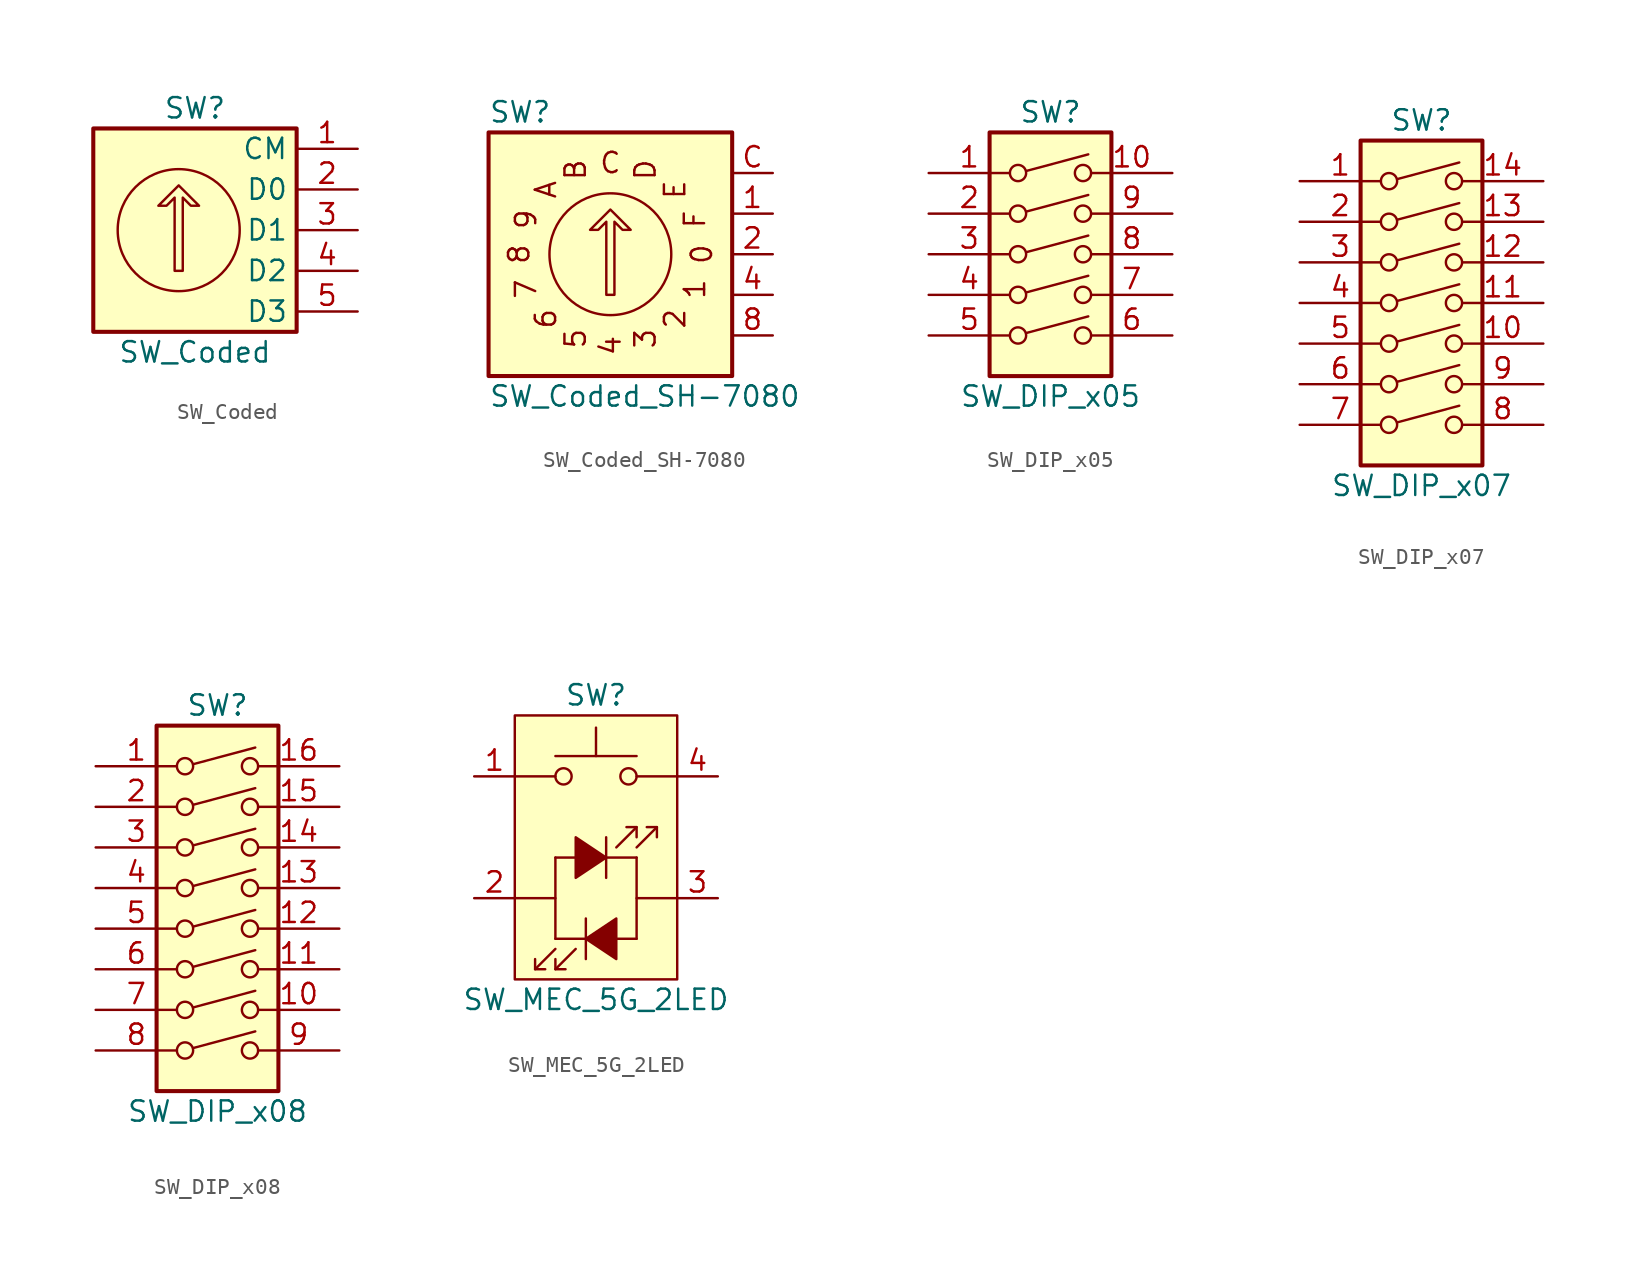
<source format=kicad_sym>
(kicad_symbol_lib
  (version 20241209)
  (generator "kicad_symbol_editor")
  (generator_version "9.0")
  (symbol "SW_Coded"
    (property "Reference" "SW"
      (at 0 7.62 0)
      (effects (font (size 1.27 1.27))))
    (property "Value" "SW_Coded"
      (at 0 -7.62 0)
      (effects (font (size 1.27 1.27))))
    (symbol "SW_Coded_0_1"
      (rectangle (start -6.35 6.35) (end 6.35 -6.35) (stroke (width 0.254) (type default)) (fill (type background)))
      (polyline (pts (xy -1.27 -2.54) (xy -1.27 2.032) (xy -1.778 1.524) (xy -2.286 1.524) (xy -1.016 2.794) (xy 0.254 1.524) (xy -0.254 1.524) (xy -0.762 2.032) (xy -0.762 -2.54) (xy -1.27 -2.54) (xy -1.27 -2.54)) (stroke (width 0) (type default)) (fill (type none)))
      (circle (center -1.016 0) (radius 3.81) (stroke (width 0) (type default)) (fill (type none))))
    (symbol "SW_Coded_1_1"
      (pin passive line (at 10.16 5.08 180) (length 3.81) (name "CM" (effects (font (size 1.27 1.27)))) (number "1" (effects (font (size 1.27 1.27)))))
      (pin passive line (at 10.16 2.54 180) (length 3.81) (name "D0" (effects (font (size 1.27 1.27)))) (number "2" (effects (font (size 1.27 1.27)))))
      (pin passive line (at 10.16 0 180) (length 3.81) (name "D1" (effects (font (size 1.27 1.27)))) (number "3" (effects (font (size 1.27 1.27)))))
      (pin passive line (at 10.16 -2.54 180) (length 3.81) (name "D2" (effects (font (size 1.27 1.27)))) (number "4" (effects (font (size 1.27 1.27)))))
      (pin passive line (at 10.16 -5.08 180) (length 3.81) (name "D3" (effects (font (size 1.27 1.27)))) (number "5" (effects (font (size 1.27 1.27)))))))
  (symbol "SW_Coded_SH-7080"
    (pin_names
      (hide yes))
    (property "Reference" "SW"
      (at -7.62 8.89 0)
      (effects (font (size 1.27 1.27)) (justify left)))
    (property "Value" "SW_Coded_SH-7080"
      (at -7.62 -8.89 0)
      (effects (font (size 1.27 1.27)) (justify left)))
    (symbol "SW_Coded_SH-7080_0_0"
      (text "8" (at -5.715 0 900) (effects (font (size 1.27 1.27))))
      (text "9" (at -5.283 2.184 675) (effects (font (size 1.27 1.27))))
      (text "7" (at -5.283 -2.184 1125) (effects (font (size 1.27 1.27))))
      (text "A" (at -4.039 4.039 450) (effects (font (size 1.27 1.27))))
      (text "6" (at -4.039 -4.039 1350) (effects (font (size 1.27 1.27))))
      (text "B" (at -2.184 5.283 225) (effects (font (size 1.27 1.27))))
      (text "5" (at -2.184 -5.283 1575) (effects (font (size 1.27 1.27))))
      (text "C" (at 0 5.715 0) (effects (font (size 1.27 1.27))))
      (text "4" (at 0 -5.715 1800) (effects (font (size 1.27 1.27))))
      (text "D" (at 2.184 5.283 3375) (effects (font (size 1.27 1.27))))
      (text "3" (at 2.184 -5.283 2025) (effects (font (size 1.27 1.27))))
      (text "E" (at 4.039 4.039 3150) (effects (font (size 1.27 1.27))))
      (text "2" (at 4.039 -4.039 2250) (effects (font (size 1.27 1.27))))
      (text "F" (at 5.283 2.184 2925) (effects (font (size 1.27 1.27))))
      (text "1" (at 5.283 -2.184 2475) (effects (font (size 1.27 1.27))))
      (text "0" (at 5.715 0 2700) (effects (font (size 1.27 1.27)))))
    (symbol "SW_Coded_SH-7080_0_1"
      (polyline (pts (xy -0.254 -2.54) (xy -0.254 2.032) (xy -0.762 1.524) (xy -1.27 1.524) (xy 0 2.794) (xy 1.27 1.524) (xy 0.762 1.524) (xy 0.254 2.032) (xy 0.254 -2.54) (xy -0.254 -2.54) (xy -0.254 -2.54)) (stroke (width 0) (type default)) (fill (type none)))
      (circle (center 0 0) (radius 3.81) (stroke (width 0) (type default)) (fill (type none)))
      (rectangle (start 7.62 7.62) (end -7.62 -7.62) (stroke (width 0.254) (type default)) (fill (type background))))
    (symbol "SW_Coded_SH-7080_1_1"
      (pin passive line (at 10.16 5.08 180) (length 2.54) (name "C" (effects (font (size 1.27 1.27)))) (number "C" (effects (font (size 1.27 1.27)))))
      (pin passive line (at 10.16 2.54 180) (length 2.54) (name "1" (effects (font (size 1.27 1.27)))) (number "1" (effects (font (size 1.27 1.27)))))
      (pin passive line (at 10.16 0 180) (length 2.54) (name "2" (effects (font (size 1.27 1.27)))) (number "2" (effects (font (size 1.27 1.27)))))
      (pin passive line (at 10.16 -2.54 180) (length 2.54) (name "4" (effects (font (size 1.27 1.27)))) (number "4" (effects (font (size 1.27 1.27)))))
      (pin passive line (at 10.16 -5.08 180) (length 2.54) (name "8" (effects (font (size 1.27 1.27)))) (number "8" (effects (font (size 1.27 1.27)))))))
  (symbol "SW_DIP_x05"
    (pin_names
      (offset 0)
      (hide yes))
    (property "Reference" "SW"
      (at 0 8.89 0)
      (effects (font (size 1.27 1.27))))
    (property "Value" "SW_DIP_x05"
      (at 0 -8.89 0)
      (effects (font (size 1.27 1.27))))
    (symbol "SW_DIP_x05_0_0"
      (circle (center -2.032 5.08) (radius 0.508) (stroke (width 0) (type default)) (fill (type none)))
      (circle (center -2.032 2.54) (radius 0.508) (stroke (width 0) (type default)) (fill (type none)))
      (circle (center -2.032 0) (radius 0.508) (stroke (width 0) (type default)) (fill (type none)))
      (circle (center -2.032 -2.54) (radius 0.508) (stroke (width 0) (type default)) (fill (type none)))
      (circle (center -2.032 -5.08) (radius 0.508) (stroke (width 0) (type default)) (fill (type none)))
      (polyline (pts (xy -1.524 5.207) (xy 2.362 6.248)) (stroke (width 0) (type default)) (fill (type none)))
      (polyline (pts (xy -1.524 2.667) (xy 2.362 3.708)) (stroke (width 0) (type default)) (fill (type none)))
      (polyline (pts (xy -1.524 0.127) (xy 2.362 1.168)) (stroke (width 0) (type default)) (fill (type none)))
      (polyline (pts (xy -1.524 -2.388) (xy 2.362 -1.346)) (stroke (width 0) (type default)) (fill (type none)))
      (polyline (pts (xy -1.524 -4.928) (xy 2.362 -3.886)) (stroke (width 0) (type default)) (fill (type none)))
      (circle (center 2.032 5.08) (radius 0.508) (stroke (width 0) (type default)) (fill (type none)))
      (circle (center 2.032 2.54) (radius 0.508) (stroke (width 0) (type default)) (fill (type none)))
      (circle (center 2.032 0) (radius 0.508) (stroke (width 0) (type default)) (fill (type none)))
      (circle (center 2.032 -2.54) (radius 0.508) (stroke (width 0) (type default)) (fill (type none)))
      (circle (center 2.032 -5.08) (radius 0.508) (stroke (width 0) (type default)) (fill (type none))))
    (symbol "SW_DIP_x05_0_1"
      (rectangle (start -3.81 7.62) (end 3.81 -7.62) (stroke (width 0.254) (type default)) (fill (type background))))
    (symbol "SW_DIP_x05_1_1"
      (pin passive line (at -7.62 5.08 0) (length 5.08) (name "~" (effects (font (size 1.27 1.27)))) (number "1" (effects (font (size 1.27 1.27)))))
      (pin passive line (at -7.62 2.54 0) (length 5.08) (name "~" (effects (font (size 1.27 1.27)))) (number "2" (effects (font (size 1.27 1.27)))))
      (pin passive line (at -7.62 0 0) (length 5.08) (name "~" (effects (font (size 1.27 1.27)))) (number "3" (effects (font (size 1.27 1.27)))))
      (pin passive line (at -7.62 -2.54 0) (length 5.08) (name "~" (effects (font (size 1.27 1.27)))) (number "4" (effects (font (size 1.27 1.27)))))
      (pin passive line (at -7.62 -5.08 0) (length 5.08) (name "~" (effects (font (size 1.27 1.27)))) (number "5" (effects (font (size 1.27 1.27)))))
      (pin passive line (at 7.62 5.08 180) (length 5.08) (name "~" (effects (font (size 1.27 1.27)))) (number "10" (effects (font (size 1.27 1.27)))))
      (pin passive line (at 7.62 2.54 180) (length 5.08) (name "~" (effects (font (size 1.27 1.27)))) (number "9" (effects (font (size 1.27 1.27)))))
      (pin passive line (at 7.62 0 180) (length 5.08) (name "~" (effects (font (size 1.27 1.27)))) (number "8" (effects (font (size 1.27 1.27)))))
      (pin passive line (at 7.62 -2.54 180) (length 5.08) (name "~" (effects (font (size 1.27 1.27)))) (number "7" (effects (font (size 1.27 1.27)))))
      (pin passive line (at 7.62 -5.08 180) (length 5.08) (name "~" (effects (font (size 1.27 1.27)))) (number "6" (effects (font (size 1.27 1.27)))))))
  (symbol "SW_DIP_x07"
    (pin_names
      (offset 0)
      (hide yes))
    (property "Reference" "SW"
      (at 0 11.43 0)
      (effects (font (size 1.27 1.27))))
    (property "Value" "SW_DIP_x07"
      (at 0 -11.43 0)
      (effects (font (size 1.27 1.27))))
    (symbol "SW_DIP_x07_0_0"
      (circle (center -2.032 7.62) (radius 0.508) (stroke (width 0) (type default)) (fill (type none)))
      (circle (center -2.032 5.08) (radius 0.508) (stroke (width 0) (type default)) (fill (type none)))
      (circle (center -2.032 2.54) (radius 0.508) (stroke (width 0) (type default)) (fill (type none)))
      (circle (center -2.032 0) (radius 0.508) (stroke (width 0) (type default)) (fill (type none)))
      (circle (center -2.032 -2.54) (radius 0.508) (stroke (width 0) (type default)) (fill (type none)))
      (circle (center -2.032 -5.08) (radius 0.508) (stroke (width 0) (type default)) (fill (type none)))
      (circle (center -2.032 -7.62) (radius 0.508) (stroke (width 0) (type default)) (fill (type none)))
      (polyline (pts (xy -1.524 7.747) (xy 2.362 8.788)) (stroke (width 0) (type default)) (fill (type none)))
      (polyline (pts (xy -1.524 5.207) (xy 2.362 6.248)) (stroke (width 0) (type default)) (fill (type none)))
      (polyline (pts (xy -1.524 2.667) (xy 2.362 3.708)) (stroke (width 0) (type default)) (fill (type none)))
      (polyline (pts (xy -1.524 0.127) (xy 2.362 1.168)) (stroke (width 0) (type default)) (fill (type none)))
      (polyline (pts (xy -1.524 -2.413) (xy 2.362 -1.372)) (stroke (width 0) (type default)) (fill (type none)))
      (polyline (pts (xy -1.524 -4.928) (xy 2.362 -3.886)) (stroke (width 0) (type default)) (fill (type none)))
      (polyline (pts (xy -1.524 -7.468) (xy 2.362 -6.426)) (stroke (width 0) (type default)) (fill (type none)))
      (circle (center 2.032 7.62) (radius 0.508) (stroke (width 0) (type default)) (fill (type none)))
      (circle (center 2.032 5.08) (radius 0.508) (stroke (width 0) (type default)) (fill (type none)))
      (circle (center 2.032 2.54) (radius 0.508) (stroke (width 0) (type default)) (fill (type none)))
      (circle (center 2.032 0) (radius 0.508) (stroke (width 0) (type default)) (fill (type none)))
      (circle (center 2.032 -2.54) (radius 0.508) (stroke (width 0) (type default)) (fill (type none)))
      (circle (center 2.032 -5.08) (radius 0.508) (stroke (width 0) (type default)) (fill (type none)))
      (circle (center 2.032 -7.62) (radius 0.508) (stroke (width 0) (type default)) (fill (type none))))
    (symbol "SW_DIP_x07_0_1"
      (rectangle (start -3.81 10.16) (end 3.81 -10.16) (stroke (width 0.254) (type default)) (fill (type background))))
    (symbol "SW_DIP_x07_1_1"
      (pin passive line (at -7.62 7.62 0) (length 5.08) (name "~" (effects (font (size 1.27 1.27)))) (number "1" (effects (font (size 1.27 1.27)))))
      (pin passive line (at -7.62 5.08 0) (length 5.08) (name "~" (effects (font (size 1.27 1.27)))) (number "2" (effects (font (size 1.27 1.27)))))
      (pin passive line (at -7.62 2.54 0) (length 5.08) (name "~" (effects (font (size 1.27 1.27)))) (number "3" (effects (font (size 1.27 1.27)))))
      (pin passive line (at -7.62 0 0) (length 5.08) (name "~" (effects (font (size 1.27 1.27)))) (number "4" (effects (font (size 1.27 1.27)))))
      (pin passive line (at -7.62 -2.54 0) (length 5.08) (name "~" (effects (font (size 1.27 1.27)))) (number "5" (effects (font (size 1.27 1.27)))))
      (pin passive line (at -7.62 -5.08 0) (length 5.08) (name "~" (effects (font (size 1.27 1.27)))) (number "6" (effects (font (size 1.27 1.27)))))
      (pin passive line (at -7.62 -7.62 0) (length 5.08) (name "~" (effects (font (size 1.27 1.27)))) (number "7" (effects (font (size 1.27 1.27)))))
      (pin passive line (at 7.62 7.62 180) (length 5.08) (name "~" (effects (font (size 1.27 1.27)))) (number "14" (effects (font (size 1.27 1.27)))))
      (pin passive line (at 7.62 5.08 180) (length 5.08) (name "~" (effects (font (size 1.27 1.27)))) (number "13" (effects (font (size 1.27 1.27)))))
      (pin passive line (at 7.62 2.54 180) (length 5.08) (name "~" (effects (font (size 1.27 1.27)))) (number "12" (effects (font (size 1.27 1.27)))))
      (pin passive line (at 7.62 0 180) (length 5.08) (name "~" (effects (font (size 1.27 1.27)))) (number "11" (effects (font (size 1.27 1.27)))))
      (pin passive line (at 7.62 -2.54 180) (length 5.08) (name "~" (effects (font (size 1.27 1.27)))) (number "10" (effects (font (size 1.27 1.27)))))
      (pin passive line (at 7.62 -5.08 180) (length 5.08) (name "~" (effects (font (size 1.27 1.27)))) (number "9" (effects (font (size 1.27 1.27)))))
      (pin passive line (at 7.62 -7.62 180) (length 5.08) (name "~" (effects (font (size 1.27 1.27)))) (number "8" (effects (font (size 1.27 1.27)))))))
  (symbol "SW_DIP_x08"
    (pin_names
      (offset 0)
      (hide yes))
    (property "Reference" "SW"
      (at 0 13.97 0)
      (effects (font (size 1.27 1.27))))
    (property "Value" "SW_DIP_x08"
      (at 0 -11.43 0)
      (effects (font (size 1.27 1.27))))
    (symbol "SW_DIP_x08_0_0"
      (circle (center -2.032 10.16) (radius 0.508) (stroke (width 0) (type default)) (fill (type none)))
      (circle (center -2.032 7.62) (radius 0.508) (stroke (width 0) (type default)) (fill (type none)))
      (circle (center -2.032 5.08) (radius 0.508) (stroke (width 0) (type default)) (fill (type none)))
      (circle (center -2.032 2.54) (radius 0.508) (stroke (width 0) (type default)) (fill (type none)))
      (circle (center -2.032 0) (radius 0.508) (stroke (width 0) (type default)) (fill (type none)))
      (circle (center -2.032 -2.54) (radius 0.508) (stroke (width 0) (type default)) (fill (type none)))
      (circle (center -2.032 -5.08) (radius 0.508) (stroke (width 0) (type default)) (fill (type none)))
      (circle (center -2.032 -7.62) (radius 0.508) (stroke (width 0) (type default)) (fill (type none)))
      (polyline (pts (xy -1.524 10.287) (xy 2.362 11.328)) (stroke (width 0) (type default)) (fill (type none)))
      (polyline (pts (xy -1.524 7.747) (xy 2.362 8.788)) (stroke (width 0) (type default)) (fill (type none)))
      (polyline (pts (xy -1.524 5.207) (xy 2.362 6.248)) (stroke (width 0) (type default)) (fill (type none)))
      (polyline (pts (xy -1.524 2.667) (xy 2.362 3.708)) (stroke (width 0) (type default)) (fill (type none)))
      (polyline (pts (xy -1.524 0.127) (xy 2.362 1.168)) (stroke (width 0) (type default)) (fill (type none)))
      (polyline (pts (xy -1.524 -2.388) (xy 2.362 -1.346)) (stroke (width 0) (type default)) (fill (type none)))
      (polyline (pts (xy -1.524 -4.928) (xy 2.362 -3.886)) (stroke (width 0) (type default)) (fill (type none)))
      (polyline (pts (xy -1.524 -7.468) (xy 2.362 -6.426)) (stroke (width 0) (type default)) (fill (type none)))
      (circle (center 2.032 10.16) (radius 0.508) (stroke (width 0) (type default)) (fill (type none)))
      (circle (center 2.032 7.62) (radius 0.508) (stroke (width 0) (type default)) (fill (type none)))
      (circle (center 2.032 5.08) (radius 0.508) (stroke (width 0) (type default)) (fill (type none)))
      (circle (center 2.032 2.54) (radius 0.508) (stroke (width 0) (type default)) (fill (type none)))
      (circle (center 2.032 0) (radius 0.508) (stroke (width 0) (type default)) (fill (type none)))
      (circle (center 2.032 -2.54) (radius 0.508) (stroke (width 0) (type default)) (fill (type none)))
      (circle (center 2.032 -5.08) (radius 0.508) (stroke (width 0) (type default)) (fill (type none)))
      (circle (center 2.032 -7.62) (radius 0.508) (stroke (width 0) (type default)) (fill (type none))))
    (symbol "SW_DIP_x08_0_1"
      (rectangle (start -3.81 12.7) (end 3.81 -10.16) (stroke (width 0.254) (type default)) (fill (type background))))
    (symbol "SW_DIP_x08_1_1"
      (pin passive line (at -7.62 10.16 0) (length 5.08) (name "~" (effects (font (size 1.27 1.27)))) (number "1" (effects (font (size 1.27 1.27)))))
      (pin passive line (at -7.62 7.62 0) (length 5.08) (name "~" (effects (font (size 1.27 1.27)))) (number "2" (effects (font (size 1.27 1.27)))))
      (pin passive line (at -7.62 5.08 0) (length 5.08) (name "~" (effects (font (size 1.27 1.27)))) (number "3" (effects (font (size 1.27 1.27)))))
      (pin passive line (at -7.62 2.54 0) (length 5.08) (name "~" (effects (font (size 1.27 1.27)))) (number "4" (effects (font (size 1.27 1.27)))))
      (pin passive line (at -7.62 0 0) (length 5.08) (name "~" (effects (font (size 1.27 1.27)))) (number "5" (effects (font (size 1.27 1.27)))))
      (pin passive line (at -7.62 -2.54 0) (length 5.08) (name "~" (effects (font (size 1.27 1.27)))) (number "6" (effects (font (size 1.27 1.27)))))
      (pin passive line (at -7.62 -5.08 0) (length 5.08) (name "~" (effects (font (size 1.27 1.27)))) (number "7" (effects (font (size 1.27 1.27)))))
      (pin passive line (at -7.62 -7.62 0) (length 5.08) (name "~" (effects (font (size 1.27 1.27)))) (number "8" (effects (font (size 1.27 1.27)))))
      (pin passive line (at 7.62 10.16 180) (length 5.08) (name "~" (effects (font (size 1.27 1.27)))) (number "16" (effects (font (size 1.27 1.27)))))
      (pin passive line (at 7.62 7.62 180) (length 5.08) (name "~" (effects (font (size 1.27 1.27)))) (number "15" (effects (font (size 1.27 1.27)))))
      (pin passive line (at 7.62 5.08 180) (length 5.08) (name "~" (effects (font (size 1.27 1.27)))) (number "14" (effects (font (size 1.27 1.27)))))
      (pin passive line (at 7.62 2.54 180) (length 5.08) (name "~" (effects (font (size 1.27 1.27)))) (number "13" (effects (font (size 1.27 1.27)))))
      (pin passive line (at 7.62 0 180) (length 5.08) (name "~" (effects (font (size 1.27 1.27)))) (number "12" (effects (font (size 1.27 1.27)))))
      (pin passive line (at 7.62 -2.54 180) (length 5.08) (name "~" (effects (font (size 1.27 1.27)))) (number "11" (effects (font (size 1.27 1.27)))))
      (pin passive line (at 7.62 -5.08 180) (length 5.08) (name "~" (effects (font (size 1.27 1.27)))) (number "10" (effects (font (size 1.27 1.27)))))
      (pin passive line (at 7.62 -7.62 180) (length 5.08) (name "~" (effects (font (size 1.27 1.27)))) (number "9" (effects (font (size 1.27 1.27)))))))
  (symbol "SW_MEC_5G_2LED"
    (pin_names
      (offset 1.016)
      (hide yes))
    (property "Reference" "SW"
      (at 0 10.16 0)
      (effects (font (size 1.27 1.27))))
    (property "Value" "SW_MEC_5G_2LED"
      (at 0 -8.89 0)
      (effects (font (size 1.27 1.27))))
    (symbol "SW_MEC_5G_2LED_0_0"
      (polyline (pts (xy -5.08 5.08) (xy -2.54 5.08)) (stroke (width 0) (type default)) (fill (type none)))
      (polyline (pts (xy -5.08 -2.54) (xy -2.54 -2.54)) (stroke (width 0) (type default)) (fill (type none)))
      (polyline (pts (xy -3.81 -6.35) (xy -3.81 -6.985) (xy -3.175 -6.985)) (stroke (width 0) (type default)) (fill (type none)))
      (polyline (pts (xy -3.81 -6.985) (xy -2.54 -5.715)) (stroke (width 0) (type default)) (fill (type none)))
      (polyline (pts (xy -2.54 0) (xy -2.54 -5.08)) (stroke (width 0) (type default)) (fill (type none)))
      (polyline (pts (xy -2.54 -5.08) (xy 2.54 -5.08)) (stroke (width 0) (type default)) (fill (type none)))
      (polyline (pts (xy -2.54 -6.35) (xy -2.54 -6.985) (xy -1.905 -6.985)) (stroke (width 0) (type default)) (fill (type none)))
      (polyline (pts (xy -2.54 -6.985) (xy -1.27 -5.715)) (stroke (width 0) (type default)) (fill (type none)))
      (polyline (pts (xy -0.635 -3.81) (xy -0.635 -6.35)) (stroke (width 0) (type default)) (fill (type none)))
      (polyline (pts (xy -0.635 -5.08) (xy 1.27 -3.81) (xy 1.27 -6.35) (xy -0.635 -5.08)) (stroke (width 0) (type default)) (fill (type outline)))
      (polyline (pts (xy 0.635 1.27) (xy 0.635 -1.27)) (stroke (width 0) (type default)) (fill (type none)))
      (polyline (pts (xy 0.635 0) (xy -1.27 1.27) (xy -1.27 -1.27) (xy 0.635 0)) (stroke (width 0) (type default)) (fill (type outline)))
      (polyline (pts (xy 2.54 5.08) (xy 5.08 5.08)) (stroke (width 0) (type default)) (fill (type none)))
      (polyline (pts (xy 2.54 1.905) (xy 1.27 0.635)) (stroke (width 0) (type default)) (fill (type none)))
      (polyline (pts (xy 2.54 1.27) (xy 2.54 1.905) (xy 1.905 1.905)) (stroke (width 0) (type default)) (fill (type none)))
      (polyline (pts (xy 2.54 0) (xy -2.54 0)) (stroke (width 0) (type default)) (fill (type none)))
      (polyline (pts (xy 2.54 0) (xy 2.54 -5.08)) (stroke (width 0) (type default)) (fill (type none)))
      (polyline (pts (xy 3.81 1.905) (xy 2.54 0.635)) (stroke (width 0) (type default)) (fill (type none)))
      (polyline (pts (xy 3.81 1.27) (xy 3.81 1.905) (xy 3.175 1.905)) (stroke (width 0) (type default)) (fill (type none)))
      (polyline (pts (xy 5.08 -2.54) (xy 2.54 -2.54)) (stroke (width 0) (type default)) (fill (type none))))
    (symbol "SW_MEC_5G_2LED_0_1"
      (circle (center -2.032 5.08) (radius 0.508) (stroke (width 0) (type default)) (fill (type none)))
      (polyline (pts (xy 0 6.35) (xy 0 8.128)) (stroke (width 0) (type default)) (fill (type none)))
      (circle (center 2.032 5.08) (radius 0.508) (stroke (width 0) (type default)) (fill (type none)))
      (polyline (pts (xy 2.54 6.35) (xy -2.54 6.35)) (stroke (width 0) (type default)) (fill (type none)))
      (pin passive line (at -7.62 5.08 0) (length 2.54) (name "1" (effects (font (size 1.27 1.27)))) (number "1" (effects (font (size 1.27 1.27)))))
      (pin passive line (at -7.62 -2.54 0) (length 2.54) (name "2" (effects (font (size 1.27 1.27)))) (number "2" (effects (font (size 1.27 1.27)))))
      (pin passive line (at 7.62 5.08 180) (length 2.54) (name "A" (effects (font (size 1.27 1.27)))) (number "4" (effects (font (size 1.27 1.27)))))
      (pin passive line (at 7.62 -2.54 180) (length 2.54) (name "K" (effects (font (size 1.27 1.27)))) (number "3" (effects (font (size 1.27 1.27))))))
    (symbol "SW_MEC_5G_2LED_1_1"
      (rectangle (start -5.08 8.89) (end 5.08 -7.62) (stroke (width 0) (type default)) (fill (type background))))))
</source>
